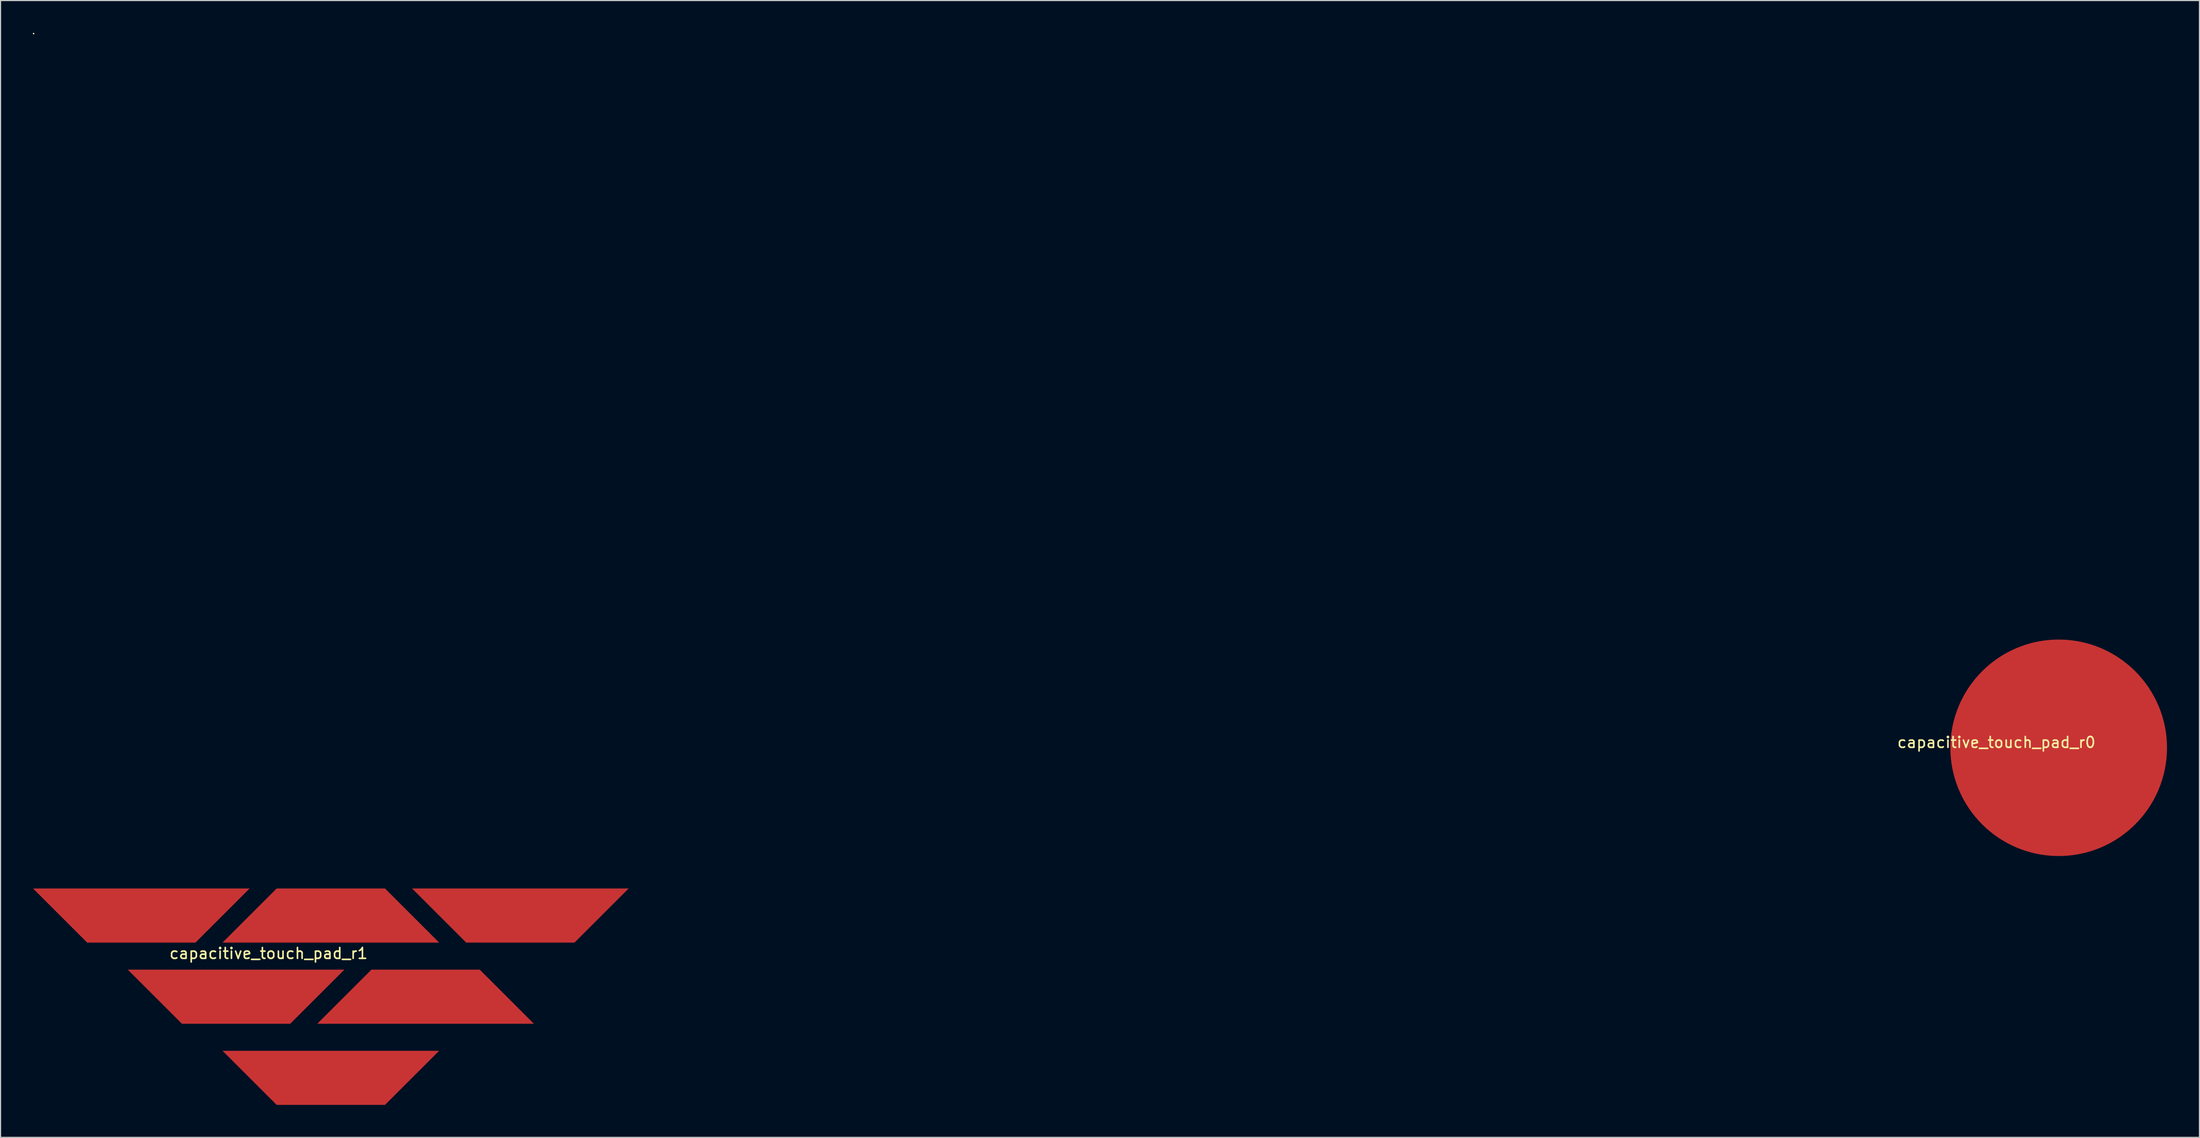
<source format=kicad_pcb>
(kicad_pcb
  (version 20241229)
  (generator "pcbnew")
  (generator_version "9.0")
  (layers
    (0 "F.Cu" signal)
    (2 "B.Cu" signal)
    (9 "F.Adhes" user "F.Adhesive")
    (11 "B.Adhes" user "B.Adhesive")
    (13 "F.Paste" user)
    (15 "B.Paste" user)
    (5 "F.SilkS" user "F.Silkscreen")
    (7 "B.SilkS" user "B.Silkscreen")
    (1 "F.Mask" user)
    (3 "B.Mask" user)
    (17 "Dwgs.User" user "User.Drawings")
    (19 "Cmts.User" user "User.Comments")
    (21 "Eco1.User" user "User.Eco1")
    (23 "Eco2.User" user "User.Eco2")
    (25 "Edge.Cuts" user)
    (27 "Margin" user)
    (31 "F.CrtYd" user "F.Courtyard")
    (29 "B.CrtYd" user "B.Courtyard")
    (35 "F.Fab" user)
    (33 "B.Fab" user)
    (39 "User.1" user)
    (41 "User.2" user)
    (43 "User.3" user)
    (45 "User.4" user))
  (footprint "capacitive_touch_pad_r1"
    (layer "F.Cu")
    (at 27.5 89.05)
    (property "Reference" "capacitive_touch_pad_r1" (at -5.75 -4 0) (layer "F.SilkS") (effects (font (size 1 1) (thickness 0.15))))
    (attr through_hole)
    (pad "1" smd trapezoid (at -17.5 -7.5 90) (size 5 15) (rect_delta -5 0) (layers "F.Cu" "F.Mask"))
    (pad "1" smd trapezoid (at -8.75 0 90) (size 5 15) (rect_delta -5 0) (layers "F.Cu" "F.Mask"))
    (pad "1" smd trapezoid (at 0 -7.5 270) (size 5 15) (rect_delta -5 0) (layers "F.Cu" "F.Mask"))
    (pad "1" smd trapezoid (at 0 7.5 90) (size 5 15) (rect_delta -5 0) (layers "F.Cu" "F.Mask"))
    (pad "1" smd trapezoid (at 8.75 0 270) (size 5 15) (rect_delta -5 0) (layers "F.Cu" "F.Mask"))
    (pad "1" smd trapezoid (at 17.5 -7.5 90) (size 5 15) (rect_delta -5 0) (layers "F.Cu" "F.Mask")))
  (footprint "capacitive_touch_pad_r0"
    (layer "F.Cu")
    (at 187.05 66.05)
    (property "Reference" "capacitive_touch_pad_r0" (at -5.75 -0.5 0) (layer "F.SilkS") (effects (font (size 1 1) (thickness 0.15))))
    (attr through_hole)
    (fp_line (start -187 -66) (end -187 -66) (stroke (width 0.1) (type solid)) (layer "F.SilkS"))
    (fp_line (start -187 -66) (end -187 -66) (stroke (width 0.1) (type solid)) (layer "F.SilkS"))
    (fp_line (start -187 -66) (end -187 -66) (stroke (width 0.1) (type solid)) (layer "F.SilkS"))
    (fp_line (start -187 -66) (end -187 -66) (stroke (width 0.1) (type solid)) (layer "F.SilkS"))
    (fp_line (start -187 -66) (end -187 -66) (stroke (width 0.1) (type solid)) (layer "F.SilkS"))
    (fp_line (start -187 -66) (end -187 -66) (stroke (width 0.1) (type solid)) (layer "F.SilkS"))
    (fp_line (start -187 -66) (end -187 -66) (stroke (width 0.1) (type solid)) (layer "F.SilkS"))
    (fp_line (start -187 -66) (end -187 -66) (stroke (width 0.1) (type solid)) (layer "F.SilkS"))
    (fp_line (start -187 -66) (end -187 -66) (stroke (width 0.1) (type solid)) (layer "F.SilkS"))
    (fp_line (start -187 -66) (end -187 -66) (stroke (width 0.1) (type solid)) (layer "F.SilkS"))
    (fp_line (start -187 -66) (end -187 -66) (stroke (width 0.1) (type solid)) (layer "F.SilkS"))
    (fp_line (start -187 -66) (end -187 -66) (stroke (width 0.1) (type solid)) (layer "F.SilkS"))
    (fp_line (start -187 -66) (end -187 -66) (stroke (width 0.1) (type solid)) (layer "F.SilkS"))
    (fp_line (start -187 -66) (end -187 -66) (stroke (width 0.1) (type solid)) (layer "F.SilkS"))
    (fp_line (start -187 -66) (end -187 -66) (stroke (width 0.1) (type solid)) (layer "F.SilkS"))
    (fp_line (start -187 -66) (end -187 -66) (stroke (width 0.1) (type solid)) (layer "F.SilkS"))
    (fp_line (start -187 -66) (end -187 -66) (stroke (width 0.1) (type solid)) (layer "F.SilkS"))
    (fp_line (start -187 -66) (end -187 -66) (stroke (width 0.1) (type solid)) (layer "F.SilkS"))
    (fp_line (start -187 -66) (end -187 -66) (stroke (width 0.1) (type solid)) (layer "F.SilkS"))
    (fp_line (start -187 -66) (end -187 -66) (stroke (width 0.1) (type solid)) (layer "F.SilkS"))
    (fp_line (start -187 -66) (end -187 -66) (stroke (width 0.1) (type solid)) (layer "F.SilkS"))
    (fp_line (start -187 -66) (end -187 -66) (stroke (width 0.1) (type solid)) (layer "F.SilkS"))
    (fp_line (start -187 -66) (end -187 -66) (stroke (width 0.1) (type solid)) (layer "F.SilkS"))
    (fp_line (start -187 -66) (end -187 -66) (stroke (width 0.1) (type solid)) (layer "F.SilkS"))
    (fp_line (start -187 -66) (end -187 -66) (stroke (width 0.1) (type solid)) (layer "F.SilkS"))
    (fp_line (start -187 -66) (end -187 -66) (stroke (width 0.1) (type solid)) (layer "F.SilkS"))
    (fp_line (start -187 -66) (end -187 -66) (stroke (width 0.1) (type solid)) (layer "F.SilkS"))
    (fp_line (start -187 -66) (end -187 -66) (stroke (width 0.1) (type solid)) (layer "F.SilkS"))
    (fp_line (start -187 -66) (end -187 -66) (stroke (width 0.1) (type solid)) (layer "F.SilkS"))
    (fp_line (start -187 -66) (end -187 -66) (stroke (width 0.1) (type solid)) (layer "F.SilkS"))
    (fp_line (start -187 -66) (end -187 -66) (stroke (width 0.1) (type solid)) (layer "F.SilkS"))
    (fp_line (start -187 -66) (end -187 -66) (stroke (width 0.1) (type solid)) (layer "F.SilkS"))
    (fp_line (start -187 -66) (end -187 -66) (stroke (width 0.1) (type solid)) (layer "F.SilkS"))
    (fp_line (start -187 -66) (end -187 -66) (stroke (width 0.1) (type solid)) (layer "F.SilkS"))
    (fp_line (start -187 -66) (end -187 -66) (stroke (width 0.1) (type solid)) (layer "F.SilkS"))
    (fp_line (start -187 -66) (end -187 -66) (stroke (width 0.1) (type solid)) (layer "F.SilkS"))
    (fp_line (start -187 -66) (end -187 -66) (stroke (width 0.1) (type solid)) (layer "F.SilkS"))
    (fp_line (start -187 -66) (end -187 -66) (stroke (width 0.1) (type solid)) (layer "F.SilkS"))
    (fp_line (start -187 -66) (end -187 -66) (stroke (width 0.1) (type solid)) (layer "F.SilkS"))
    (fp_line (start -187 -66) (end -187 -66) (stroke (width 0.1) (type solid)) (layer "F.SilkS"))
    (fp_line (start -187 -66) (end -187 -66) (stroke (width 0.1) (type solid)) (layer "F.SilkS"))
    (fp_line (start -187 -66) (end -187 -66) (stroke (width 0.1) (type solid)) (layer "F.SilkS"))
    (fp_line (start -187 -66) (end -187 -66) (stroke (width 0.1) (type solid)) (layer "F.SilkS"))
    (fp_line (start -187 -66) (end -187 -66) (stroke (width 0.1) (type solid)) (layer "F.SilkS"))
    (fp_line (start -187 -66) (end -187 -66) (stroke (width 0.1) (type solid)) (layer "F.SilkS"))
    (fp_line (start -187 -66) (end -187 -66) (stroke (width 0.1) (type solid)) (layer "F.SilkS"))
    (fp_line (start -187 -66) (end -187 -66) (stroke (width 0.1) (type solid)) (layer "F.SilkS"))
    (fp_line (start -187 -66) (end -187 -66) (stroke (width 0.1) (type solid)) (layer "F.SilkS"))
    (fp_line (start -187 -66) (end -187 -66) (stroke (width 0.1) (type solid)) (layer "F.SilkS"))
    (fp_line (start -187 -66) (end -187 -66) (stroke (width 0.1) (type solid)) (layer "F.SilkS"))
    (fp_line (start -187 -66) (end -187 -66) (stroke (width 0.1) (type solid)) (layer "F.SilkS"))
    (fp_line (start -187 -66) (end -187 -66) (stroke (width 0.1) (type solid)) (layer "F.SilkS"))
    (fp_line (start -187 -66) (end -187 -66) (stroke (width 0.1) (type solid)) (layer "F.SilkS"))
    (fp_line (start -187 -66) (end -187 -66) (stroke (width 0.1) (type solid)) (layer "F.SilkS"))
    (fp_line (start -187 -66) (end -187 -66) (stroke (width 0.1) (type solid)) (layer "F.SilkS"))
    (fp_line (start -187 -66) (end -187 -66) (stroke (width 0.1) (type solid)) (layer "F.SilkS"))
    (fp_line (start -187 -66) (end -187 -66) (stroke (width 0.1) (type solid)) (layer "F.SilkS"))
    (fp_line (start -187 -66) (end -187 -66) (stroke (width 0.1) (type solid)) (layer "F.SilkS"))
    (fp_line (start -187 -66) (end -187 -66) (stroke (width 0.1) (type solid)) (layer "F.SilkS"))
    (fp_line (start -187 -66) (end -187 -66) (stroke (width 0.1) (type solid)) (layer "F.SilkS"))
    (fp_line (start -187 -66) (end -187 -66) (stroke (width 0.1) (type solid)) (layer "F.SilkS"))
    (fp_line (start -187 -66) (end -187 -66) (stroke (width 0.1) (type solid)) (layer "F.SilkS"))
    (fp_line (start -187 -66) (end -187 -66) (stroke (width 0.1) (type solid)) (layer "F.SilkS"))
    (fp_line (start -187 -66) (end -187 -66) (stroke (width 0.1) (type solid)) (layer "F.SilkS"))
    (fp_line (start -187 -66) (end -187 -66) (stroke (width 0.1) (type solid)) (layer "F.SilkS"))
    (fp_line (start -187 -66) (end -187 -66) (stroke (width 0.1) (type solid)) (layer "F.SilkS"))
    (fp_line (start -187 -66) (end -187 -66) (stroke (width 0.1) (type solid)) (layer "F.SilkS"))
    (fp_line (start -187 -66) (end -187 -66) (stroke (width 0.1) (type solid)) (layer "F.SilkS"))
    (fp_line (start -187 -66) (end -187 -66) (stroke (width 0.1) (type solid)) (layer "F.SilkS"))
    (fp_line (start -187 -66) (end -187 -66) (stroke (width 0.1) (type solid)) (layer "F.SilkS"))
    (fp_line (start -187 -66) (end -187 -66) (stroke (width 0.1) (type solid)) (layer "F.SilkS"))
    (fp_line (start -187 -66) (end -187 -66) (stroke (width 0.1) (type solid)) (layer "F.SilkS"))
    (fp_line (start -187 -66) (end -187 -66) (stroke (width 0.1) (type solid)) (layer "F.SilkS"))
    (fp_line (start -187 -66) (end -187 -66) (stroke (width 0.1) (type solid)) (layer "F.SilkS"))
    (fp_line (start -187 -66) (end -187 -66) (stroke (width 0.1) (type solid)) (layer "F.SilkS"))
    (fp_line (start -187 -66) (end -187 -66) (stroke (width 0.1) (type solid)) (layer "F.SilkS"))
    (fp_line (start -187 -66) (end -187 -66) (stroke (width 0.1) (type solid)) (layer "F.SilkS"))
    (fp_line (start -187 -66) (end -187 -66) (stroke (width 0.1) (type solid)) (layer "F.SilkS"))
    (fp_line (start -187 -66) (end -187 -66) (stroke (width 0.1) (type solid)) (layer "F.SilkS"))
    (fp_line (start -187 -66) (end -187 -66) (stroke (width 0.1) (type solid)) (layer "F.SilkS"))
    (fp_line (start -187 -66) (end -187 -66) (stroke (width 0.1) (type solid)) (layer "F.SilkS"))
    (fp_line (start -187 -66) (end -187 -66) (stroke (width 0.1) (type solid)) (layer "F.SilkS"))
    (fp_line (start -187 -66) (end -187 -66) (stroke (width 0.1) (type solid)) (layer "F.SilkS"))
    (fp_line (start -187 -66) (end -187 -66) (stroke (width 0.1) (type solid)) (layer "F.SilkS"))
    (fp_line (start -187 -66) (end -187 -66) (stroke (width 0.1) (type solid)) (layer "F.SilkS"))
    (fp_line (start -187 -66) (end -187 -66) (stroke (width 0.1) (type solid)) (layer "F.SilkS"))
    (fp_line (start -187 -66) (end -187 -66) (stroke (width 0.1) (type solid)) (layer "F.SilkS"))
    (fp_line (start -187 -66) (end -187 -66) (stroke (width 0.1) (type solid)) (layer "F.SilkS"))
    (fp_line (start -187 -66) (end -187 -66) (stroke (width 0.1) (type solid)) (layer "F.SilkS"))
    (fp_line (start -187 -66) (end -187 -66) (stroke (width 0.1) (type solid)) (layer "F.SilkS"))
    (fp_line (start -187 -66) (end -187 -66) (stroke (width 0.1) (type solid)) (layer "F.SilkS"))
    (fp_line (start -187 -66) (end -187 -66) (stroke (width 0.1) (type solid)) (layer "F.SilkS"))
    (fp_line (start -187 -66) (end -187 -66) (stroke (width 0.1) (type solid)) (layer "F.SilkS"))
    (fp_line (start -187 -66) (end -187 -66) (stroke (width 0.1) (type solid)) (layer "F.SilkS"))
    (fp_line (start -187 -66) (end -187 -66) (stroke (width 0.1) (type solid)) (layer "F.SilkS"))
    (fp_line (start -187 -66) (end -187 -66) (stroke (width 0.1) (type solid)) (layer "F.SilkS"))
    (fp_line (start -187 -66) (end -187 -66) (stroke (width 0.1) (type solid)) (layer "F.SilkS"))
    (fp_line (start -187 -66) (end -187 -66) (stroke (width 0.1) (type solid)) (layer "F.SilkS"))
    (fp_line (start -187 -66) (end -187 -66) (stroke (width 0.1) (type solid)) (layer "F.SilkS"))
    (fp_line (start -187 -66) (end -187 -66) (stroke (width 0.1) (type solid)) (layer "F.SilkS"))
    (pad "1" smd circle (at 0 0 90) (size 20 20) (layers "F.Cu" "F.Mask")))
  (gr_rect
    (start -3 -3)
    (end 200.05 102.05)
    (stroke (width 0.1) (type default))
    (fill no)
    (layer "Edge.Cuts")))
</source>
